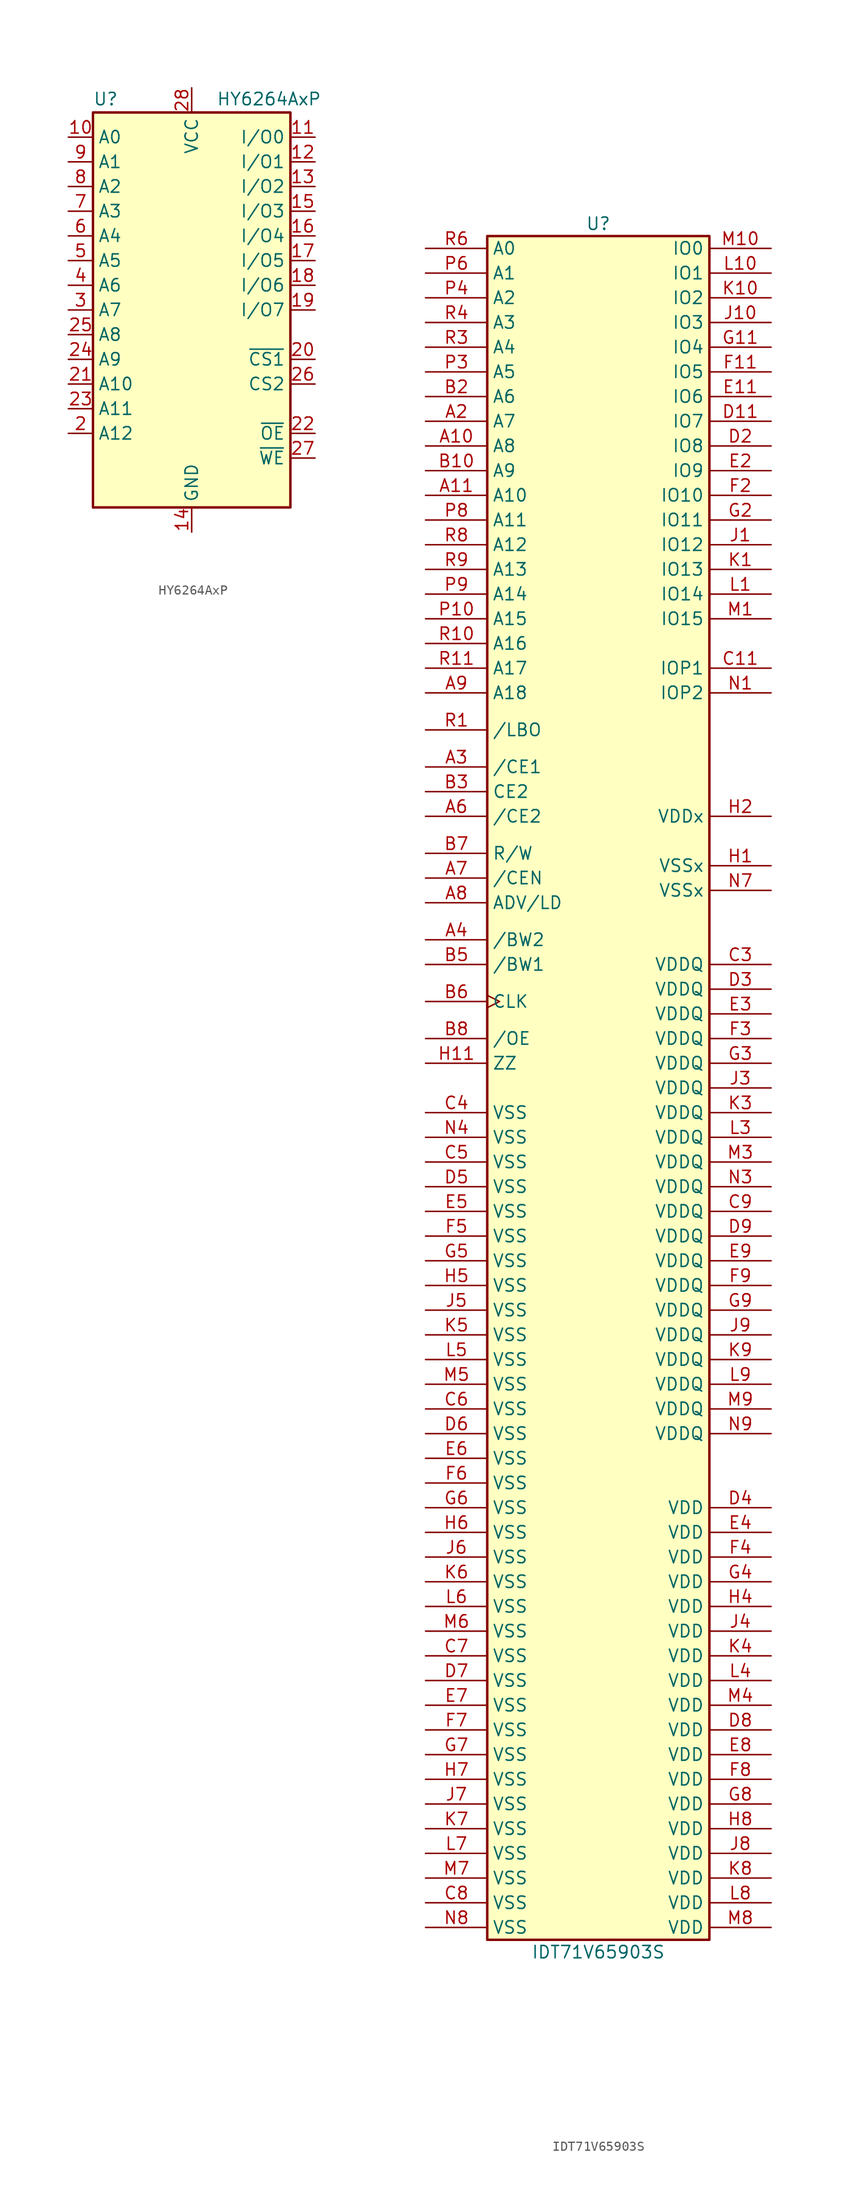
<source format=kicad_sym>
(kicad_symbol_lib
  (version 20231120)
  (generator "kicad_symbol_editor")
  (generator_version "8.0")
  (symbol "HY6264AxP"
    (property "Reference" "U"
      (at -10.16 20.955 0)
      (effects (font (size 1.27 1.27)) (justify left bottom)))
    (property "Value" "HY6264AxP"
      (at 2.54 20.955 0)
      (effects (font (size 1.27 1.27)) (justify left bottom)))
    (symbol "HY6264AxP_0_0"
      (pin power_in line (at 0 -22.86 90) (length 2.54) (name "GND" (effects (font (size 1.27 1.27)))) (number "14" (effects (font (size 1.27 1.27)))))
      (pin power_in line (at 0 22.86 270) (length 2.54) (name "VCC" (effects (font (size 1.27 1.27)))) (number "28" (effects (font (size 1.27 1.27))))))
    (symbol "HY6264AxP_0_1"
      (rectangle (start -10.16 20.32) (end 10.16 -20.32) (stroke (width 0.254) (type default)) (fill (type background))))
    (symbol "HY6264AxP_1_1"
      (pin no_connect line (at 0 0 0) (length 2.54) hide (name "NC" (effects (font (size 1.27 1.27)))) (number "1" (effects (font (size 1.27 1.27)))))
      (pin input line (at -12.7 17.78 0) (length 2.54) (name "A0" (effects (font (size 1.27 1.27)))) (number "10" (effects (font (size 1.27 1.27)))))
      (pin tri_state line (at 12.7 17.78 180) (length 2.54) (name "I/O0" (effects (font (size 1.27 1.27)))) (number "11" (effects (font (size 1.27 1.27)))))
      (pin tri_state line (at 12.7 15.24 180) (length 2.54) (name "I/O1" (effects (font (size 1.27 1.27)))) (number "12" (effects (font (size 1.27 1.27)))))
      (pin tri_state line (at 12.7 12.7 180) (length 2.54) (name "I/O2" (effects (font (size 1.27 1.27)))) (number "13" (effects (font (size 1.27 1.27)))))
      (pin tri_state line (at 12.7 10.16 180) (length 2.54) (name "I/O3" (effects (font (size 1.27 1.27)))) (number "15" (effects (font (size 1.27 1.27)))))
      (pin tri_state line (at 12.7 7.62 180) (length 2.54) (name "I/O4" (effects (font (size 1.27 1.27)))) (number "16" (effects (font (size 1.27 1.27)))))
      (pin tri_state line (at 12.7 5.08 180) (length 2.54) (name "I/O5" (effects (font (size 1.27 1.27)))) (number "17" (effects (font (size 1.27 1.27)))))
      (pin tri_state line (at 12.7 2.54 180) (length 2.54) (name "I/O6" (effects (font (size 1.27 1.27)))) (number "18" (effects (font (size 1.27 1.27)))))
      (pin tri_state line (at 12.7 0 180) (length 2.54) (name "I/O7" (effects (font (size 1.27 1.27)))) (number "19" (effects (font (size 1.27 1.27)))))
      (pin input line (at -12.7 -12.7 0) (length 2.54) (name "A12" (effects (font (size 1.27 1.27)))) (number "2" (effects (font (size 1.27 1.27)))))
      (pin input line (at 12.7 -5.08 180) (length 2.54) (name "~{CS1}" (effects (font (size 1.27 1.27)))) (number "20" (effects (font (size 1.27 1.27)))))
      (pin input line (at -12.7 -7.62 0) (length 2.54) (name "A10" (effects (font (size 1.27 1.27)))) (number "21" (effects (font (size 1.27 1.27)))))
      (pin input line (at 12.7 -12.7 180) (length 2.54) (name "~{OE}" (effects (font (size 1.27 1.27)))) (number "22" (effects (font (size 1.27 1.27)))))
      (pin input line (at -12.7 -10.16 0) (length 2.54) (name "A11" (effects (font (size 1.27 1.27)))) (number "23" (effects (font (size 1.27 1.27)))))
      (pin input line (at -12.7 -5.08 0) (length 2.54) (name "A9" (effects (font (size 1.27 1.27)))) (number "24" (effects (font (size 1.27 1.27)))))
      (pin input line (at -12.7 -2.54 0) (length 2.54) (name "A8" (effects (font (size 1.27 1.27)))) (number "25" (effects (font (size 1.27 1.27)))))
      (pin input line (at 12.7 -7.62 180) (length 2.54) (name "CS2" (effects (font (size 1.27 1.27)))) (number "26" (effects (font (size 1.27 1.27)))))
      (pin input line (at 12.7 -15.24 180) (length 2.54) (name "~{WE}" (effects (font (size 1.27 1.27)))) (number "27" (effects (font (size 1.27 1.27)))))
      (pin input line (at -12.7 0 0) (length 2.54) (name "A7" (effects (font (size 1.27 1.27)))) (number "3" (effects (font (size 1.27 1.27)))))
      (pin input line (at -12.7 2.54 0) (length 2.54) (name "A6" (effects (font (size 1.27 1.27)))) (number "4" (effects (font (size 1.27 1.27)))))
      (pin input line (at -12.7 5.08 0) (length 2.54) (name "A5" (effects (font (size 1.27 1.27)))) (number "5" (effects (font (size 1.27 1.27)))))
      (pin input line (at -12.7 7.62 0) (length 2.54) (name "A4" (effects (font (size 1.27 1.27)))) (number "6" (effects (font (size 1.27 1.27)))))
      (pin input line (at -12.7 10.16 0) (length 2.54) (name "A3" (effects (font (size 1.27 1.27)))) (number "7" (effects (font (size 1.27 1.27)))))
      (pin input line (at -12.7 12.7 0) (length 2.54) (name "A2" (effects (font (size 1.27 1.27)))) (number "8" (effects (font (size 1.27 1.27)))))
      (pin input line (at -12.7 15.24 0) (length 2.54) (name "A1" (effects (font (size 1.27 1.27)))) (number "9" (effects (font (size 1.27 1.27)))))))
  (symbol "IDT71V65903S"
    (property "Reference" "U"
      (at 0 88.9 0)
      (effects (font (size 1.27 1.27))))
    (property "Value" "IDT71V65903S"
      (at 0 -88.9 0)
      (effects (font (size 1.27 1.27))))
    (symbol "IDT71V65903S_0_1"
      (rectangle (start -11.43 87.63) (end 11.43 -87.63) (stroke (width 0.254) (type default)) (fill (type background))))
    (symbol "IDT71V65903S_1_1"
      (pin input line (at -17.78 66.04 0) (length 6.35) (name "A8" (effects (font (size 1.27 1.27)))) (number "A10" (effects (font (size 1.27 1.27)))))
      (pin input line (at -17.78 60.96 0) (length 6.35) (name "A10" (effects (font (size 1.27 1.27)))) (number "A11" (effects (font (size 1.27 1.27)))))
      (pin input line (at -17.78 68.58 0) (length 6.35) (name "A7" (effects (font (size 1.27 1.27)))) (number "A2" (effects (font (size 1.27 1.27)))))
      (pin input line (at -17.78 33.02 0) (length 6.35) (name "/CE1" (effects (font (size 1.27 1.27)))) (number "A3" (effects (font (size 1.27 1.27)))))
      (pin input line (at -17.78 15.24 0) (length 6.35) (name "/BW2" (effects (font (size 1.27 1.27)))) (number "A4" (effects (font (size 1.27 1.27)))))
      (pin input line (at -17.78 27.94 0) (length 6.35) (name "/CE2" (effects (font (size 1.27 1.27)))) (number "A6" (effects (font (size 1.27 1.27)))))
      (pin input line (at -17.78 21.59 0) (length 6.35) (name "/CEN" (effects (font (size 1.27 1.27)))) (number "A7" (effects (font (size 1.27 1.27)))))
      (pin input line (at -17.78 19.05 0) (length 6.35) (name "ADV/LD" (effects (font (size 1.27 1.27)))) (number "A8" (effects (font (size 1.27 1.27)))))
      (pin input line (at -17.78 40.64 0) (length 6.35) (name "A18" (effects (font (size 1.27 1.27)))) (number "A9" (effects (font (size 1.27 1.27)))))
      (pin input line (at -17.78 63.5 0) (length 6.35) (name "A9" (effects (font (size 1.27 1.27)))) (number "B10" (effects (font (size 1.27 1.27)))))
      (pin input line (at -17.78 71.12 0) (length 6.35) (name "A6" (effects (font (size 1.27 1.27)))) (number "B2" (effects (font (size 1.27 1.27)))))
      (pin input line (at -17.78 30.48 0) (length 6.35) (name "CE2" (effects (font (size 1.27 1.27)))) (number "B3" (effects (font (size 1.27 1.27)))))
      (pin input line (at -17.78 12.7 0) (length 6.35) (name "/BW1" (effects (font (size 1.27 1.27)))) (number "B5" (effects (font (size 1.27 1.27)))))
      (pin input clock (at -17.78 8.89 0) (length 6.35) (name "CLK" (effects (font (size 1.27 1.27)))) (number "B6" (effects (font (size 1.27 1.27)))))
      (pin input line (at -17.78 24.13 0) (length 6.35) (name "R/W" (effects (font (size 1.27 1.27)))) (number "B7" (effects (font (size 1.27 1.27)))))
      (pin input line (at -17.78 5.08 0) (length 6.35) (name "/OE" (effects (font (size 1.27 1.27)))) (number "B8" (effects (font (size 1.27 1.27)))))
      (pin bidirectional line (at 17.78 43.18 180) (length 6.35) (name "IOP1" (effects (font (size 1.27 1.27)))) (number "C11" (effects (font (size 1.27 1.27)))))
      (pin power_in line (at 17.78 12.7 180) (length 6.35) (name "VDDQ" (effects (font (size 1.27 1.27)))) (number "C3" (effects (font (size 1.27 1.27)))))
      (pin passive line (at -17.78 -2.54 0) (length 6.35) (name "VSS" (effects (font (size 1.27 1.27)))) (number "C4" (effects (font (size 1.27 1.27)))))
      (pin passive line (at -17.78 -7.62 0) (length 6.35) (name "VSS" (effects (font (size 1.27 1.27)))) (number "C5" (effects (font (size 1.27 1.27)))))
      (pin passive line (at -17.78 -33.02 0) (length 6.35) (name "VSS" (effects (font (size 1.27 1.27)))) (number "C6" (effects (font (size 1.27 1.27)))))
      (pin passive line (at -17.78 -58.42 0) (length 6.35) (name "VSS" (effects (font (size 1.27 1.27)))) (number "C7" (effects (font (size 1.27 1.27)))))
      (pin passive line (at -17.78 -83.82 0) (length 6.35) (name "VSS" (effects (font (size 1.27 1.27)))) (number "C8" (effects (font (size 1.27 1.27)))))
      (pin passive line (at 17.78 -12.7 180) (length 6.35) (name "VDDQ" (effects (font (size 1.27 1.27)))) (number "C9" (effects (font (size 1.27 1.27)))))
      (pin bidirectional line (at 17.78 68.58 180) (length 6.35) (name "IO7" (effects (font (size 1.27 1.27)))) (number "D11" (effects (font (size 1.27 1.27)))))
      (pin bidirectional line (at 17.78 66.04 180) (length 6.35) (name "IO8" (effects (font (size 1.27 1.27)))) (number "D2" (effects (font (size 1.27 1.27)))))
      (pin passive line (at 17.78 10.16 180) (length 6.35) (name "VDDQ" (effects (font (size 1.27 1.27)))) (number "D3" (effects (font (size 1.27 1.27)))))
      (pin passive line (at 17.78 -43.18 180) (length 6.35) (name "VDD" (effects (font (size 1.27 1.27)))) (number "D4" (effects (font (size 1.27 1.27)))))
      (pin passive line (at -17.78 -10.16 0) (length 6.35) (name "VSS" (effects (font (size 1.27 1.27)))) (number "D5" (effects (font (size 1.27 1.27)))))
      (pin passive line (at -17.78 -35.56 0) (length 6.35) (name "VSS" (effects (font (size 1.27 1.27)))) (number "D6" (effects (font (size 1.27 1.27)))))
      (pin passive line (at -17.78 -60.96 0) (length 6.35) (name "VSS" (effects (font (size 1.27 1.27)))) (number "D7" (effects (font (size 1.27 1.27)))))
      (pin passive line (at 17.78 -66.04 180) (length 6.35) (name "VDD" (effects (font (size 1.27 1.27)))) (number "D8" (effects (font (size 1.27 1.27)))))
      (pin passive line (at 17.78 -15.24 180) (length 6.35) (name "VDDQ" (effects (font (size 1.27 1.27)))) (number "D9" (effects (font (size 1.27 1.27)))))
      (pin bidirectional line (at 17.78 71.12 180) (length 6.35) (name "IO6" (effects (font (size 1.27 1.27)))) (number "E11" (effects (font (size 1.27 1.27)))))
      (pin bidirectional line (at 17.78 63.5 180) (length 6.35) (name "IO9" (effects (font (size 1.27 1.27)))) (number "E2" (effects (font (size 1.27 1.27)))))
      (pin passive line (at 17.78 7.62 180) (length 6.35) (name "VDDQ" (effects (font (size 1.27 1.27)))) (number "E3" (effects (font (size 1.27 1.27)))))
      (pin passive line (at 17.78 -45.72 180) (length 6.35) (name "VDD" (effects (font (size 1.27 1.27)))) (number "E4" (effects (font (size 1.27 1.27)))))
      (pin passive line (at -17.78 -12.7 0) (length 6.35) (name "VSS" (effects (font (size 1.27 1.27)))) (number "E5" (effects (font (size 1.27 1.27)))))
      (pin passive line (at -17.78 -38.1 0) (length 6.35) (name "VSS" (effects (font (size 1.27 1.27)))) (number "E6" (effects (font (size 1.27 1.27)))))
      (pin passive line (at -17.78 -63.5 0) (length 6.35) (name "VSS" (effects (font (size 1.27 1.27)))) (number "E7" (effects (font (size 1.27 1.27)))))
      (pin passive line (at 17.78 -68.58 180) (length 6.35) (name "VDD" (effects (font (size 1.27 1.27)))) (number "E8" (effects (font (size 1.27 1.27)))))
      (pin passive line (at 17.78 -17.78 180) (length 6.35) (name "VDDQ" (effects (font (size 1.27 1.27)))) (number "E9" (effects (font (size 1.27 1.27)))))
      (pin bidirectional line (at 17.78 73.66 180) (length 6.35) (name "IO5" (effects (font (size 1.27 1.27)))) (number "F11" (effects (font (size 1.27 1.27)))))
      (pin bidirectional line (at 17.78 60.96 180) (length 6.35) (name "IO10" (effects (font (size 1.27 1.27)))) (number "F2" (effects (font (size 1.27 1.27)))))
      (pin passive line (at 17.78 5.08 180) (length 6.35) (name "VDDQ" (effects (font (size 1.27 1.27)))) (number "F3" (effects (font (size 1.27 1.27)))))
      (pin passive line (at 17.78 -48.26 180) (length 6.35) (name "VDD" (effects (font (size 1.27 1.27)))) (number "F4" (effects (font (size 1.27 1.27)))))
      (pin passive line (at -17.78 -15.24 0) (length 6.35) (name "VSS" (effects (font (size 1.27 1.27)))) (number "F5" (effects (font (size 1.27 1.27)))))
      (pin passive line (at -17.78 -40.64 0) (length 6.35) (name "VSS" (effects (font (size 1.27 1.27)))) (number "F6" (effects (font (size 1.27 1.27)))))
      (pin passive line (at -17.78 -66.04 0) (length 6.35) (name "VSS" (effects (font (size 1.27 1.27)))) (number "F7" (effects (font (size 1.27 1.27)))))
      (pin passive line (at 17.78 -71.12 180) (length 6.35) (name "VDD" (effects (font (size 1.27 1.27)))) (number "F8" (effects (font (size 1.27 1.27)))))
      (pin passive line (at 17.78 -20.32 180) (length 6.35) (name "VDDQ" (effects (font (size 1.27 1.27)))) (number "F9" (effects (font (size 1.27 1.27)))))
      (pin bidirectional line (at 17.78 76.2 180) (length 6.35) (name "IO4" (effects (font (size 1.27 1.27)))) (number "G11" (effects (font (size 1.27 1.27)))))
      (pin bidirectional line (at 17.78 58.42 180) (length 6.35) (name "IO11" (effects (font (size 1.27 1.27)))) (number "G2" (effects (font (size 1.27 1.27)))))
      (pin passive line (at 17.78 2.54 180) (length 6.35) (name "VDDQ" (effects (font (size 1.27 1.27)))) (number "G3" (effects (font (size 1.27 1.27)))))
      (pin passive line (at 17.78 -50.8 180) (length 6.35) (name "VDD" (effects (font (size 1.27 1.27)))) (number "G4" (effects (font (size 1.27 1.27)))))
      (pin passive line (at -17.78 -17.78 0) (length 6.35) (name "VSS" (effects (font (size 1.27 1.27)))) (number "G5" (effects (font (size 1.27 1.27)))))
      (pin passive line (at -17.78 -43.18 0) (length 6.35) (name "VSS" (effects (font (size 1.27 1.27)))) (number "G6" (effects (font (size 1.27 1.27)))))
      (pin passive line (at -17.78 -68.58 0) (length 6.35) (name "VSS" (effects (font (size 1.27 1.27)))) (number "G7" (effects (font (size 1.27 1.27)))))
      (pin passive line (at 17.78 -73.66 180) (length 6.35) (name "VDD" (effects (font (size 1.27 1.27)))) (number "G8" (effects (font (size 1.27 1.27)))))
      (pin passive line (at 17.78 -22.86 180) (length 6.35) (name "VDDQ" (effects (font (size 1.27 1.27)))) (number "G9" (effects (font (size 1.27 1.27)))))
      (pin passive line (at 17.78 22.86 180) (length 6.35) (name "VSSx" (effects (font (size 1.27 1.27)))) (number "H1" (effects (font (size 1.27 1.27)))))
      (pin input line (at -17.78 2.54 0) (length 6.35) (name "ZZ" (effects (font (size 1.27 1.27)))) (number "H11" (effects (font (size 1.27 1.27)))))
      (pin passive line (at 17.78 27.94 180) (length 6.35) (name "VDDx" (effects (font (size 1.27 1.27)))) (number "H2" (effects (font (size 1.27 1.27)))))
      (pin passive line (at 17.78 -53.34 180) (length 6.35) (name "VDD" (effects (font (size 1.27 1.27)))) (number "H4" (effects (font (size 1.27 1.27)))))
      (pin passive line (at -17.78 -20.32 0) (length 6.35) (name "VSS" (effects (font (size 1.27 1.27)))) (number "H5" (effects (font (size 1.27 1.27)))))
      (pin passive line (at -17.78 -45.72 0) (length 6.35) (name "VSS" (effects (font (size 1.27 1.27)))) (number "H6" (effects (font (size 1.27 1.27)))))
      (pin passive line (at -17.78 -71.12 0) (length 6.35) (name "VSS" (effects (font (size 1.27 1.27)))) (number "H7" (effects (font (size 1.27 1.27)))))
      (pin passive line (at 17.78 -76.2 180) (length 6.35) (name "VDD" (effects (font (size 1.27 1.27)))) (number "H8" (effects (font (size 1.27 1.27)))))
      (pin bidirectional line (at 17.78 55.88 180) (length 6.35) (name "IO12" (effects (font (size 1.27 1.27)))) (number "J1" (effects (font (size 1.27 1.27)))))
      (pin bidirectional line (at 17.78 78.74 180) (length 6.35) (name "IO3" (effects (font (size 1.27 1.27)))) (number "J10" (effects (font (size 1.27 1.27)))))
      (pin passive line (at 17.78 0 180) (length 6.35) (name "VDDQ" (effects (font (size 1.27 1.27)))) (number "J3" (effects (font (size 1.27 1.27)))))
      (pin passive line (at 17.78 -55.88 180) (length 6.35) (name "VDD" (effects (font (size 1.27 1.27)))) (number "J4" (effects (font (size 1.27 1.27)))))
      (pin passive line (at -17.78 -22.86 0) (length 6.35) (name "VSS" (effects (font (size 1.27 1.27)))) (number "J5" (effects (font (size 1.27 1.27)))))
      (pin passive line (at -17.78 -48.26 0) (length 6.35) (name "VSS" (effects (font (size 1.27 1.27)))) (number "J6" (effects (font (size 1.27 1.27)))))
      (pin passive line (at -17.78 -73.66 0) (length 6.35) (name "VSS" (effects (font (size 1.27 1.27)))) (number "J7" (effects (font (size 1.27 1.27)))))
      (pin passive line (at 17.78 -78.74 180) (length 6.35) (name "VDD" (effects (font (size 1.27 1.27)))) (number "J8" (effects (font (size 1.27 1.27)))))
      (pin passive line (at 17.78 -25.4 180) (length 6.35) (name "VDDQ" (effects (font (size 1.27 1.27)))) (number "J9" (effects (font (size 1.27 1.27)))))
      (pin bidirectional line (at 17.78 53.34 180) (length 6.35) (name "IO13" (effects (font (size 1.27 1.27)))) (number "K1" (effects (font (size 1.27 1.27)))))
      (pin bidirectional line (at 17.78 81.28 180) (length 6.35) (name "IO2" (effects (font (size 1.27 1.27)))) (number "K10" (effects (font (size 1.27 1.27)))))
      (pin passive line (at 17.78 -2.54 180) (length 6.35) (name "VDDQ" (effects (font (size 1.27 1.27)))) (number "K3" (effects (font (size 1.27 1.27)))))
      (pin passive line (at 17.78 -58.42 180) (length 6.35) (name "VDD" (effects (font (size 1.27 1.27)))) (number "K4" (effects (font (size 1.27 1.27)))))
      (pin passive line (at -17.78 -25.4 0) (length 6.35) (name "VSS" (effects (font (size 1.27 1.27)))) (number "K5" (effects (font (size 1.27 1.27)))))
      (pin passive line (at -17.78 -50.8 0) (length 6.35) (name "VSS" (effects (font (size 1.27 1.27)))) (number "K6" (effects (font (size 1.27 1.27)))))
      (pin passive line (at -17.78 -76.2 0) (length 6.35) (name "VSS" (effects (font (size 1.27 1.27)))) (number "K7" (effects (font (size 1.27 1.27)))))
      (pin passive line (at 17.78 -81.28 180) (length 6.35) (name "VDD" (effects (font (size 1.27 1.27)))) (number "K8" (effects (font (size 1.27 1.27)))))
      (pin passive line (at 17.78 -27.94 180) (length 6.35) (name "VDDQ" (effects (font (size 1.27 1.27)))) (number "K9" (effects (font (size 1.27 1.27)))))
      (pin bidirectional line (at 17.78 50.8 180) (length 6.35) (name "IO14" (effects (font (size 1.27 1.27)))) (number "L1" (effects (font (size 1.27 1.27)))))
      (pin bidirectional line (at 17.78 83.82 180) (length 6.35) (name "IO1" (effects (font (size 1.27 1.27)))) (number "L10" (effects (font (size 1.27 1.27)))))
      (pin passive line (at 17.78 -5.08 180) (length 6.35) (name "VDDQ" (effects (font (size 1.27 1.27)))) (number "L3" (effects (font (size 1.27 1.27)))))
      (pin passive line (at 17.78 -60.96 180) (length 6.35) (name "VDD" (effects (font (size 1.27 1.27)))) (number "L4" (effects (font (size 1.27 1.27)))))
      (pin passive line (at -17.78 -27.94 0) (length 6.35) (name "VSS" (effects (font (size 1.27 1.27)))) (number "L5" (effects (font (size 1.27 1.27)))))
      (pin passive line (at -17.78 -53.34 0) (length 6.35) (name "VSS" (effects (font (size 1.27 1.27)))) (number "L6" (effects (font (size 1.27 1.27)))))
      (pin passive line (at -17.78 -78.74 0) (length 6.35) (name "VSS" (effects (font (size 1.27 1.27)))) (number "L7" (effects (font (size 1.27 1.27)))))
      (pin passive line (at 17.78 -83.82 180) (length 6.35) (name "VDD" (effects (font (size 1.27 1.27)))) (number "L8" (effects (font (size 1.27 1.27)))))
      (pin passive line (at 17.78 -30.48 180) (length 6.35) (name "VDDQ" (effects (font (size 1.27 1.27)))) (number "L9" (effects (font (size 1.27 1.27)))))
      (pin bidirectional line (at 17.78 48.26 180) (length 6.35) (name "IO15" (effects (font (size 1.27 1.27)))) (number "M1" (effects (font (size 1.27 1.27)))))
      (pin bidirectional line (at 17.78 86.36 180) (length 6.35) (name "IO0" (effects (font (size 1.27 1.27)))) (number "M10" (effects (font (size 1.27 1.27)))))
      (pin passive line (at 17.78 -7.62 180) (length 6.35) (name "VDDQ" (effects (font (size 1.27 1.27)))) (number "M3" (effects (font (size 1.27 1.27)))))
      (pin passive line (at 17.78 -63.5 180) (length 6.35) (name "VDD" (effects (font (size 1.27 1.27)))) (number "M4" (effects (font (size 1.27 1.27)))))
      (pin passive line (at -17.78 -30.48 0) (length 6.35) (name "VSS" (effects (font (size 1.27 1.27)))) (number "M5" (effects (font (size 1.27 1.27)))))
      (pin passive line (at -17.78 -55.88 0) (length 6.35) (name "VSS" (effects (font (size 1.27 1.27)))) (number "M6" (effects (font (size 1.27 1.27)))))
      (pin passive line (at -17.78 -81.28 0) (length 6.35) (name "VSS" (effects (font (size 1.27 1.27)))) (number "M7" (effects (font (size 1.27 1.27)))))
      (pin passive line (at 17.78 -86.36 180) (length 6.35) (name "VDD" (effects (font (size 1.27 1.27)))) (number "M8" (effects (font (size 1.27 1.27)))))
      (pin passive line (at 17.78 -33.02 180) (length 6.35) (name "VDDQ" (effects (font (size 1.27 1.27)))) (number "M9" (effects (font (size 1.27 1.27)))))
      (pin bidirectional line (at 17.78 40.64 180) (length 6.35) (name "IOP2" (effects (font (size 1.27 1.27)))) (number "N1" (effects (font (size 1.27 1.27)))))
      (pin passive line (at 17.78 -10.16 180) (length 6.35) (name "VDDQ" (effects (font (size 1.27 1.27)))) (number "N3" (effects (font (size 1.27 1.27)))))
      (pin passive line (at -17.78 -5.08 0) (length 6.35) (name "VSS" (effects (font (size 1.27 1.27)))) (number "N4" (effects (font (size 1.27 1.27)))))
      (pin passive line (at 17.78 20.32 180) (length 6.35) (name "VSSx" (effects (font (size 1.27 1.27)))) (number "N7" (effects (font (size 1.27 1.27)))))
      (pin passive line (at -17.78 -86.36 0) (length 6.35) (name "VSS" (effects (font (size 1.27 1.27)))) (number "N8" (effects (font (size 1.27 1.27)))))
      (pin power_in line (at 17.78 -35.56 180) (length 6.35) (name "VDDQ" (effects (font (size 1.27 1.27)))) (number "N9" (effects (font (size 1.27 1.27)))))
      (pin input line (at -17.78 48.26 0) (length 6.35) (name "A15" (effects (font (size 1.27 1.27)))) (number "P10" (effects (font (size 1.27 1.27)))))
      (pin input line (at -17.78 73.66 0) (length 6.35) (name "A5" (effects (font (size 1.27 1.27)))) (number "P3" (effects (font (size 1.27 1.27)))))
      (pin input line (at -17.78 81.28 0) (length 6.35) (name "A2" (effects (font (size 1.27 1.27)))) (number "P4" (effects (font (size 1.27 1.27)))))
      (pin input line (at -17.78 83.82 0) (length 6.35) (name "A1" (effects (font (size 1.27 1.27)))) (number "P6" (effects (font (size 1.27 1.27)))))
      (pin input line (at -17.78 58.42 0) (length 6.35) (name "A11" (effects (font (size 1.27 1.27)))) (number "P8" (effects (font (size 1.27 1.27)))))
      (pin input line (at -17.78 50.8 0) (length 6.35) (name "A14" (effects (font (size 1.27 1.27)))) (number "P9" (effects (font (size 1.27 1.27)))))
      (pin input line (at -17.78 36.83 0) (length 6.35) (name "/LBO" (effects (font (size 1.27 1.27)))) (number "R1" (effects (font (size 1.27 1.27)))))
      (pin input line (at -17.78 45.72 0) (length 6.35) (name "A16" (effects (font (size 1.27 1.27)))) (number "R10" (effects (font (size 1.27 1.27)))))
      (pin input line (at -17.78 43.18 0) (length 6.35) (name "A17" (effects (font (size 1.27 1.27)))) (number "R11" (effects (font (size 1.27 1.27)))))
      (pin input line (at -17.78 76.2 0) (length 6.35) (name "A4" (effects (font (size 1.27 1.27)))) (number "R3" (effects (font (size 1.27 1.27)))))
      (pin input line (at -17.78 78.74 0) (length 6.35) (name "A3" (effects (font (size 1.27 1.27)))) (number "R4" (effects (font (size 1.27 1.27)))))
      (pin input line (at -17.78 86.36 0) (length 6.35) (name "A0" (effects (font (size 1.27 1.27)))) (number "R6" (effects (font (size 1.27 1.27)))))
      (pin input line (at -17.78 55.88 0) (length 6.35) (name "A12" (effects (font (size 1.27 1.27)))) (number "R8" (effects (font (size 1.27 1.27)))))
      (pin input line (at -17.78 53.34 0) (length 6.35) (name "A13" (effects (font (size 1.27 1.27)))) (number "R9" (effects (font (size 1.27 1.27))))))))
</source>
